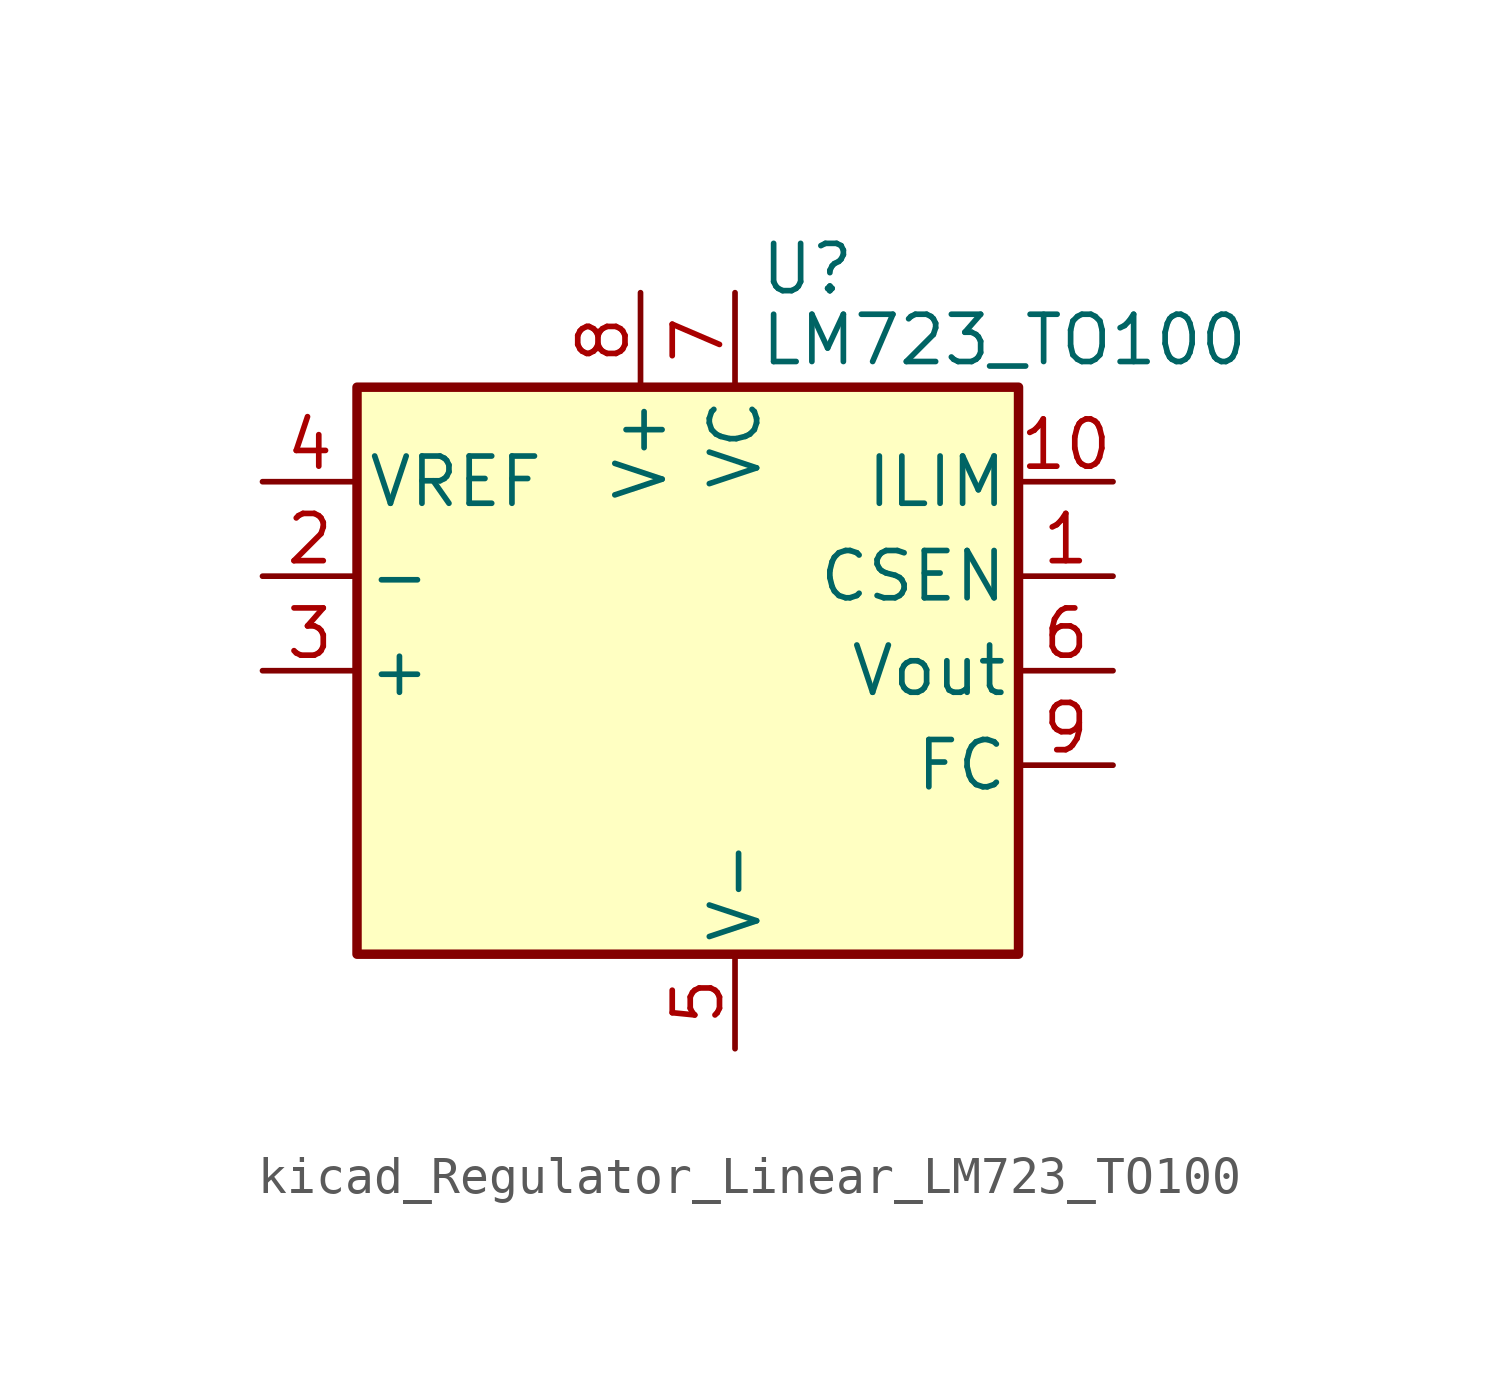
<source format=kicad_sym>
(kicad_symbol_lib
  (version 20220914)
  (generator kicad_symbol_editor)
  (symbol "kicad_Regulator_Linear_LM723_TO100"
    (pin_names
      (offset 0.254))
    (property "Reference" "U"
      (at 0.635 10.795 0)
      (effects (font (size 1.27 1.27)) (justify left)))
    (property "Value" "LM723_TO100"
      (at 0.635 8.89 0)
      (effects (font (size 1.27 1.27)) (justify left)))
    (symbol "kicad_Regulator_Linear_LM723_TO100_0_1"
      (rectangle (start -10.16 -7.62) (end 7.62 7.62) (stroke (width 0.254) (type default)) (fill (type background))))
    (symbol "kicad_Regulator_Linear_LM723_TO100_1_1"
      (pin input line (at 10.16 2.54 180) (length 2.54) (name "CSEN" (effects (font (size 1.27 1.27)))) (number "1" (effects (font (size 1.27 1.27)))))
      (pin input line (at 10.16 5.08 180) (length 2.54) (name "ILIM" (effects (font (size 1.27 1.27)))) (number "10" (effects (font (size 1.27 1.27)))))
      (pin input line (at -12.7 2.54 0) (length 2.54) (name "-" (effects (font (size 1.27 1.27)))) (number "2" (effects (font (size 1.27 1.27)))))
      (pin input line (at -12.7 0 0) (length 2.54) (name "+" (effects (font (size 1.27 1.27)))) (number "3" (effects (font (size 1.27 1.27)))))
      (pin power_out line (at -12.7 5.08 0) (length 2.54) (name "VREF" (effects (font (size 1.27 1.27)))) (number "4" (effects (font (size 1.27 1.27)))))
      (pin power_in line (at 0 -10.16 90) (length 2.54) (name "V-" (effects (font (size 1.27 1.27)))) (number "5" (effects (font (size 1.27 1.27)))))
      (pin power_out line (at 10.16 0 180) (length 2.54) (name "Vout" (effects (font (size 1.27 1.27)))) (number "6" (effects (font (size 1.27 1.27)))))
      (pin power_in line (at 0 10.16 270) (length 2.54) (name "VC" (effects (font (size 1.27 1.27)))) (number "7" (effects (font (size 1.27 1.27)))))
      (pin power_in line (at -2.54 10.16 270) (length 2.54) (name "V+" (effects (font (size 1.27 1.27)))) (number "8" (effects (font (size 1.27 1.27)))))
      (pin input line (at 10.16 -2.54 180) (length 2.54) (name "FC" (effects (font (size 1.27 1.27)))) (number "9" (effects (font (size 1.27 1.27))))))))
</source>
